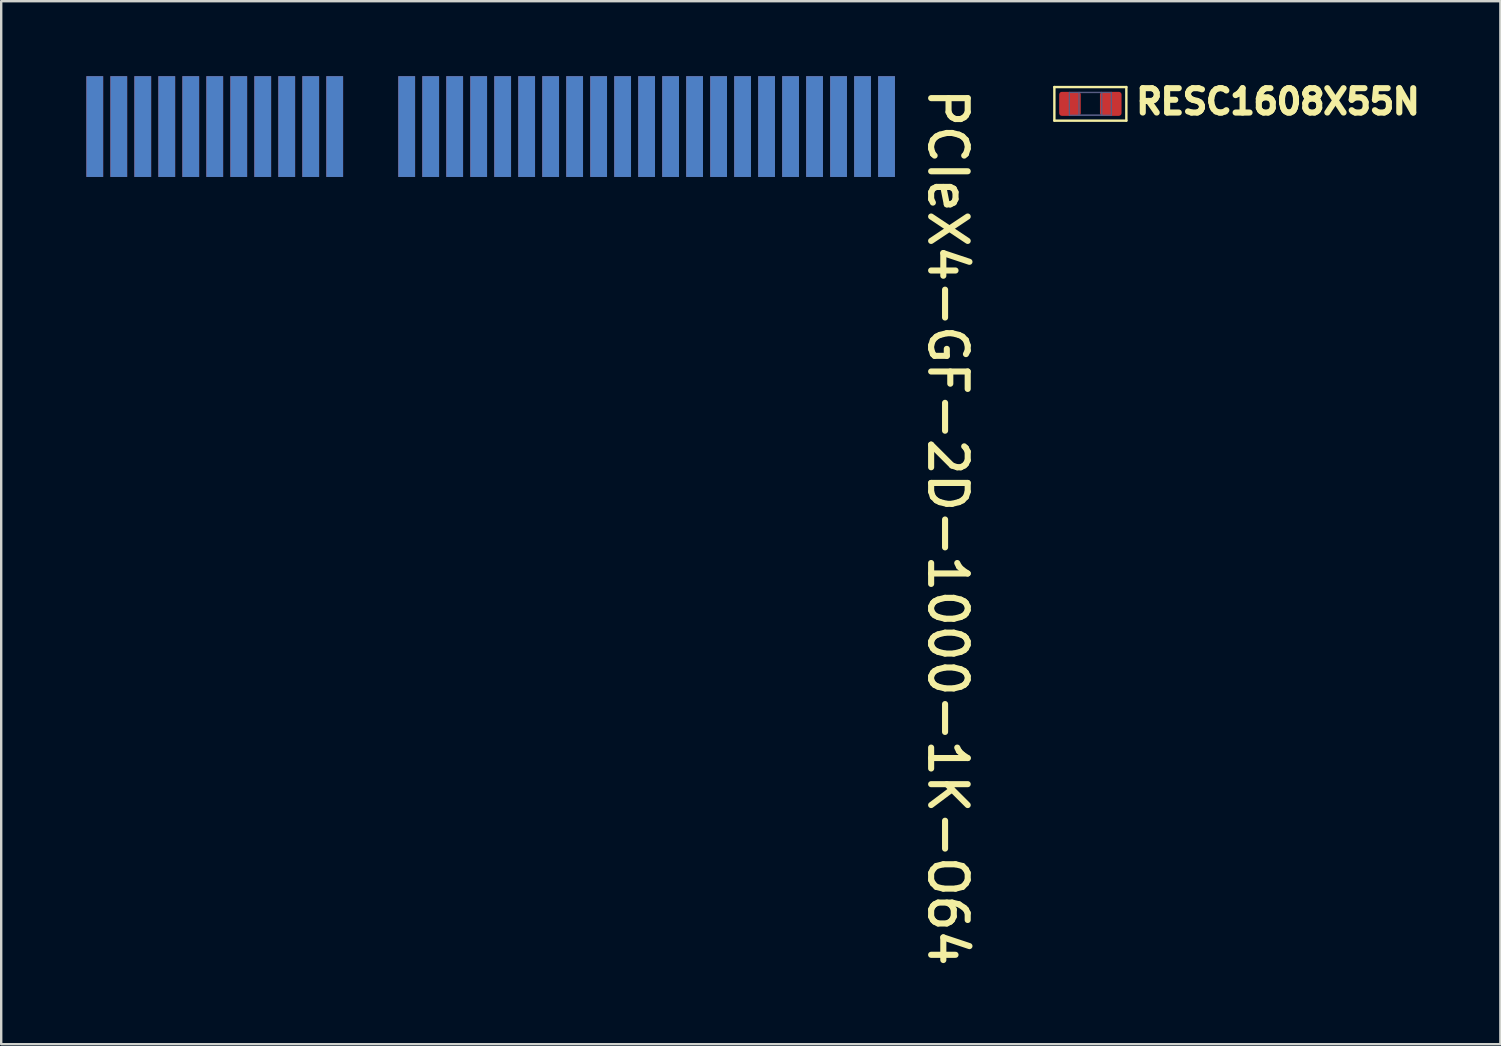
<source format=kicad_pcb>
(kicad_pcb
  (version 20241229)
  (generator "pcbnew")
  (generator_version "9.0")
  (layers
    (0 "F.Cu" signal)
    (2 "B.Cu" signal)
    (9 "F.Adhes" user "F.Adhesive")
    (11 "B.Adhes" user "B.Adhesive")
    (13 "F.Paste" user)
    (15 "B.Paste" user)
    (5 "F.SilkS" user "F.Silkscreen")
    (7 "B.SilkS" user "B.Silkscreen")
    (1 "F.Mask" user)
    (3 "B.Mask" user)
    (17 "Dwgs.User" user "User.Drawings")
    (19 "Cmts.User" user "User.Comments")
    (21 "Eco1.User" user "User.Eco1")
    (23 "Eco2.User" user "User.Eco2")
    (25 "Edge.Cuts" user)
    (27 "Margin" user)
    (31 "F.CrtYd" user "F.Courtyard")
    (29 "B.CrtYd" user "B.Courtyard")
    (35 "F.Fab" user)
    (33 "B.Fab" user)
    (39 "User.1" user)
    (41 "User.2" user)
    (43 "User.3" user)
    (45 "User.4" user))
  (footprint "RESC1608X55N"
    (layer "F.Cu")
    (at 42.395 1.278)
    (property "Reference" "RESC1608X55N" (at 1.775 0.5 0) (unlocked yes) (layer "F.SilkS") (effects (font (size 1.016 1.016) (thickness 0.254)) (justify left bottom)))
    (fp_line (start -1.5 0.7) (end -1.5 -0.7) (stroke (width 0.1) (type solid)) (layer "F.SilkS"))
    (fp_line (start 1.5 -0.7) (end -1.5 -0.7) (stroke (width 0.1) (type solid)) (layer "F.SilkS"))
    (fp_line (start 1.5 0.7) (end -1.5 0.7) (stroke (width 0.1) (type solid)) (layer "F.SilkS"))
    (fp_line (start 1.5 0.7) (end 1.5 -0.7) (stroke (width 0.1) (type solid)) (layer "F.SilkS"))
    (fp_line (start -1.5 0.7) (end -1.5 -0.7) (stroke (width 0.1) (type solid)) (layer "Eco1.User"))
    (fp_line (start 1.5 -0.7) (end -1.5 -0.7) (stroke (width 0.1) (type solid)) (layer "Eco1.User"))
    (fp_line (start 1.5 0.7) (end -1.5 0.7) (stroke (width 0.1) (type solid)) (layer "Eco1.User"))
    (fp_line (start 1.5 0.7) (end 1.5 -0.7) (stroke (width 0.1) (type solid)) (layer "Eco1.User"))
    (fp_circle (center 0 0) (end -0.064 0) (stroke (width 0.127) (type solid)) (fill no) (layer "Eco1.User"))
    (fp_line (start -0.875 0.475) (end -0.875 -0.475) (stroke (width 0.05) (type solid)) (layer "B.Fab"))
    (fp_line (start -0.475 -0.475) (end -0.875 -0.475) (stroke (width 0.05) (type solid)) (layer "B.Fab"))
    (fp_line (start -0.475 -0.474) (end 0.475 -0.474) (stroke (width 0.05) (type solid)) (layer "B.Fab"))
    (fp_line (start -0.475 -0.474) (end 0.475 -0.474) (stroke (width 0.05) (type solid)) (layer "B.Fab"))
    (fp_line (start -0.475 0.474) (end 0.475 0.474) (stroke (width 0.05) (type solid)) (layer "B.Fab"))
    (fp_line (start -0.475 0.475) (end -0.875 0.475) (stroke (width 0.05) (type solid)) (layer "B.Fab"))
    (fp_line (start -0.475 0.475) (end -0.475 -0.475) (stroke (width 0.05) (type solid)) (layer "B.Fab"))
    (fp_line (start 0.475 0.474) (end -0.475 0.474) (stroke (width 0.05) (type solid)) (layer "B.Fab"))
    (fp_line (start 0.475 0.475) (end 0.475 -0.475) (stroke (width 0.05) (type solid)) (layer "B.Fab"))
    (fp_line (start 0.875 -0.475) (end 0.475 -0.475) (stroke (width 0.05) (type solid)) (layer "B.Fab"))
    (fp_line (start 0.875 0.475) (end 0.475 0.475) (stroke (width 0.05) (type solid)) (layer "B.Fab"))
    (fp_line (start 0.875 0.475) (end 0.875 -0.475) (stroke (width 0.05) (type solid)) (layer "B.Fab"))
    (fp_text user "${REFERENCE}" (at -1.275 0.325 0) (unlocked yes) (layer "User.8") (effects (font (size 0.5 0.5) (thickness 0.254)) (justify left bottom)))
    (pad "1" smd roundrect (at -0.85 0 90) (size 1 0.9) (layers "F.Cu" "F.Mask" "F.Paste") (roundrect_rratio 0.125))
    (pad "2" smd roundrect (at 0.85 0 90) (size 1 0.9) (layers "F.Cu" "F.Mask" "F.Paste") (roundrect_rratio 0.125))
    (zone (net_name "") (layer "F.Cu") (hatch edge 0.5) (connect_pads) (min_thickness 0.25) (filled_areas_thickness no) (keepout (tracks not_allowed) (vias not_allowed) (pads not_allowed) (copperpour not_allowed) (footprints allowed)) (placement (enabled no)) (fill) (polygon (pts (xy 41.795 0.778) (xy 42.995 0.778) (xy 42.995 1.778) (xy 41.795 1.778)))))
  (footprint "PCIeX4-GF-2D-1000-1K-O64"
    (layer "F.Cu")
    (at 10.4 2.225)
    (property "Reference" "PCIeX4-GF-2D-1000-1K-O64" (at 25.159 -1.715 270) (unlocked yes) (layer "F.SilkS") (effects (font (size 1.524 1.524) (thickness 0.254)) (justify left bottom)))
    (fp_rect (start -10.4 3.75) (end 24.4 -2.225) (stroke (width 0) (type default)) (fill yes) (layer "F.Mask"))
    (fp_rect (start -10.4 3.75) (end 24.4 -2.225) (stroke (width 0) (type default)) (fill yes) (layer "B.Mask"))
    (pad "A1" smd rect (at -9.5 0) (size 0.7 4.2) (layers "B.Cu" "B.Mask" "B.Paste"))
    (pad "A2" smd rect (at -8.5 0) (size 0.7 4.2) (layers "B.Cu" "B.Mask" "B.Paste"))
    (pad "A3" smd rect (at -7.5 0) (size 0.7 4.2) (layers "B.Cu" "B.Mask" "B.Paste"))
    (pad "A4" smd rect (at -6.5 0) (size 0.7 4.2) (layers "B.Cu" "B.Mask" "B.Paste"))
    (pad "A5" smd rect (at -5.5 0) (size 0.7 4.2) (layers "B.Cu" "B.Mask" "B.Paste"))
    (pad "A6" smd rect (at -4.5 0) (size 0.7 4.2) (layers "B.Cu" "B.Mask" "B.Paste"))
    (pad "A7" smd rect (at -3.5 0) (size 0.7 4.2) (layers "B.Cu" "B.Mask" "B.Paste"))
    (pad "A8" smd rect (at -2.5 0) (size 0.7 4.2) (layers "B.Cu" "B.Mask" "B.Paste"))
    (pad "A9" smd rect (at -1.5 0) (size 0.7 4.2) (layers "B.Cu" "B.Mask" "B.Paste"))
    (pad "A10" smd rect (at -0.5 0) (size 0.7 4.2) (layers "B.Cu" "B.Mask" "B.Paste"))
    (pad "A11" smd rect (at 0.5 0) (size 0.7 4.2) (layers "B.Cu" "B.Mask" "B.Paste"))
    (pad "A12" smd rect (at 3.5 0) (size 0.7 4.2) (layers "B.Cu" "B.Mask" "B.Paste"))
    (pad "A13" smd rect (at 4.5 0) (size 0.7 4.2) (layers "B.Cu" "B.Mask" "B.Paste"))
    (pad "A14" smd rect (at 5.5 0) (size 0.7 4.2) (layers "B.Cu" "B.Mask" "B.Paste"))
    (pad "A15" smd rect (at 6.5 0) (size 0.7 4.2) (layers "B.Cu" "B.Mask" "B.Paste"))
    (pad "A16" smd rect (at 7.5 0) (size 0.7 4.2) (layers "B.Cu" "B.Mask" "B.Paste"))
    (pad "A17" smd rect (at 8.5 0) (size 0.7 4.2) (layers "B.Cu" "B.Mask" "B.Paste"))
    (pad "A18" smd rect (at 9.5 0) (size 0.7 4.2) (layers "B.Cu" "B.Mask" "B.Paste"))
    (pad "A19" smd rect (at 10.5 0) (size 0.7 4.2) (layers "B.Cu" "B.Mask" "B.Paste"))
    (pad "A20" smd rect (at 11.5 0) (size 0.7 4.2) (layers "B.Cu" "B.Mask" "B.Paste"))
    (pad "A21" smd rect (at 12.5 0) (size 0.7 4.2) (layers "B.Cu" "B.Mask" "B.Paste"))
    (pad "A22" smd rect (at 13.5 0) (size 0.7 4.2) (layers "B.Cu" "B.Mask" "B.Paste"))
    (pad "A23" smd rect (at 14.5 0) (size 0.7 4.2) (layers "B.Cu" "B.Mask" "B.Paste"))
    (pad "A24" smd rect (at 15.5 0) (size 0.7 4.2) (layers "B.Cu" "B.Mask" "B.Paste"))
    (pad "A25" smd rect (at 16.5 0) (size 0.7 4.2) (layers "B.Cu" "B.Mask" "B.Paste"))
    (pad "A26" smd rect (at 17.5 0) (size 0.7 4.2) (layers "B.Cu" "B.Mask" "B.Paste"))
    (pad "A27" smd rect (at 18.5 0) (size 0.7 4.2) (layers "B.Cu" "B.Mask" "B.Paste"))
    (pad "A28" smd rect (at 19.5 0) (size 0.7 4.2) (layers "B.Cu" "B.Mask" "B.Paste"))
    (pad "A29" smd rect (at 20.5 0) (size 0.7 4.2) (layers "B.Cu" "B.Mask" "B.Paste"))
    (pad "A30" smd rect (at 21.5 0) (size 0.7 4.2) (layers "B.Cu" "B.Mask" "B.Paste"))
    (pad "A31" smd rect (at 22.5 0) (size 0.7 4.2) (layers "B.Cu" "B.Mask" "B.Paste"))
    (pad "A32" smd rect (at 23.5 0) (size 0.7 4.2) (layers "B.Cu" "B.Mask" "B.Paste"))
    (pad "B1" smd rect (at -9.5 0) (size 0.7 4.2) (layers "F.Cu" "F.Mask" "F.Paste"))
    (pad "B2" smd rect (at -8.5 0) (size 0.7 4.2) (layers "F.Cu" "F.Mask" "F.Paste"))
    (pad "B3" smd rect (at -7.5 0) (size 0.7 4.2) (layers "F.Cu" "F.Mask" "F.Paste"))
    (pad "B4" smd rect (at -6.5 0) (size 0.7 4.2) (layers "F.Cu" "F.Mask" "F.Paste"))
    (pad "B5" smd rect (at -5.5 0) (size 0.7 4.2) (layers "F.Cu" "F.Mask" "F.Paste"))
    (pad "B6" smd rect (at -4.5 0) (size 0.7 4.2) (layers "F.Cu" "F.Mask" "F.Paste"))
    (pad "B7" smd rect (at -3.5 0) (size 0.7 4.2) (layers "F.Cu" "F.Mask" "F.Paste"))
    (pad "B8" smd rect (at -2.5 0) (size 0.7 4.2) (layers "F.Cu" "F.Mask" "F.Paste"))
    (pad "B9" smd rect (at -1.5 0) (size 0.7 4.2) (layers "F.Cu" "F.Mask" "F.Paste"))
    (pad "B10" smd rect (at -0.5 0) (size 0.7 4.2) (layers "F.Cu" "F.Mask" "F.Paste"))
    (pad "B11" smd rect (at 0.5 0) (size 0.7 4.2) (layers "F.Cu" "F.Mask" "F.Paste"))
    (pad "B12" smd rect (at 3.5 0) (size 0.7 4.2) (layers "F.Cu" "F.Mask" "F.Paste"))
    (pad "B13" smd rect (at 4.5 0) (size 0.7 4.2) (layers "F.Cu" "F.Mask" "F.Paste"))
    (pad "B14" smd rect (at 5.5 0) (size 0.7 4.2) (layers "F.Cu" "F.Mask" "F.Paste"))
    (pad "B15" smd rect (at 6.5 0) (size 0.7 4.2) (layers "F.Cu" "F.Mask" "F.Paste"))
    (pad "B16" smd rect (at 7.5 0) (size 0.7 4.2) (layers "F.Cu" "F.Mask" "F.Paste"))
    (pad "B17" smd rect (at 8.5 0) (size 0.7 4.2) (layers "F.Cu" "F.Mask" "F.Paste"))
    (pad "B18" smd rect (at 9.5 0) (size 0.7 4.2) (layers "F.Cu" "F.Mask" "F.Paste"))
    (pad "B19" smd rect (at 10.5 0) (size 0.7 4.2) (layers "F.Cu" "F.Mask" "F.Paste"))
    (pad "B20" smd rect (at 11.5 0) (size 0.7 4.2) (layers "F.Cu" "F.Mask" "F.Paste"))
    (pad "B21" smd rect (at 12.5 0) (size 0.7 4.2) (layers "F.Cu" "F.Mask" "F.Paste"))
    (pad "B22" smd rect (at 13.5 0) (size 0.7 4.2) (layers "F.Cu" "F.Mask" "F.Paste"))
    (pad "B23" smd rect (at 14.5 0) (size 0.7 4.2) (layers "F.Cu" "F.Mask" "F.Paste"))
    (pad "B24" smd rect (at 15.5 0) (size 0.7 4.2) (layers "F.Cu" "F.Mask" "F.Paste"))
    (pad "B25" smd rect (at 16.5 0) (size 0.7 4.2) (layers "F.Cu" "F.Mask" "F.Paste"))
    (pad "B26" smd rect (at 17.5 0) (size 0.7 4.2) (layers "F.Cu" "F.Mask" "F.Paste"))
    (pad "B27" smd rect (at 18.5 0) (size 0.7 4.2) (layers "F.Cu" "F.Mask" "F.Paste"))
    (pad "B28" smd rect (at 19.5 0) (size 0.7 4.2) (layers "F.Cu" "F.Mask" "F.Paste"))
    (pad "B29" smd rect (at 20.5 0) (size 0.7 4.2) (layers "F.Cu" "F.Mask" "F.Paste"))
    (pad "B30" smd rect (at 21.5 0) (size 0.7 4.2) (layers "F.Cu" "F.Mask" "F.Paste"))
    (pad "B31" smd rect (at 22.5 0) (size 0.7 4.2) (layers "F.Cu" "F.Mask" "F.Paste"))
    (pad "B32" smd rect (at 23.5 0) (size 0.7 4.2) (layers "F.Cu" "F.Mask" "F.Paste")))
  (gr_rect
    (start -3 -3)
    (end 59.485 40.471)
    (stroke (width 0.1) (type default))
    (fill no)
    (layer "Edge.Cuts")))
</source>
